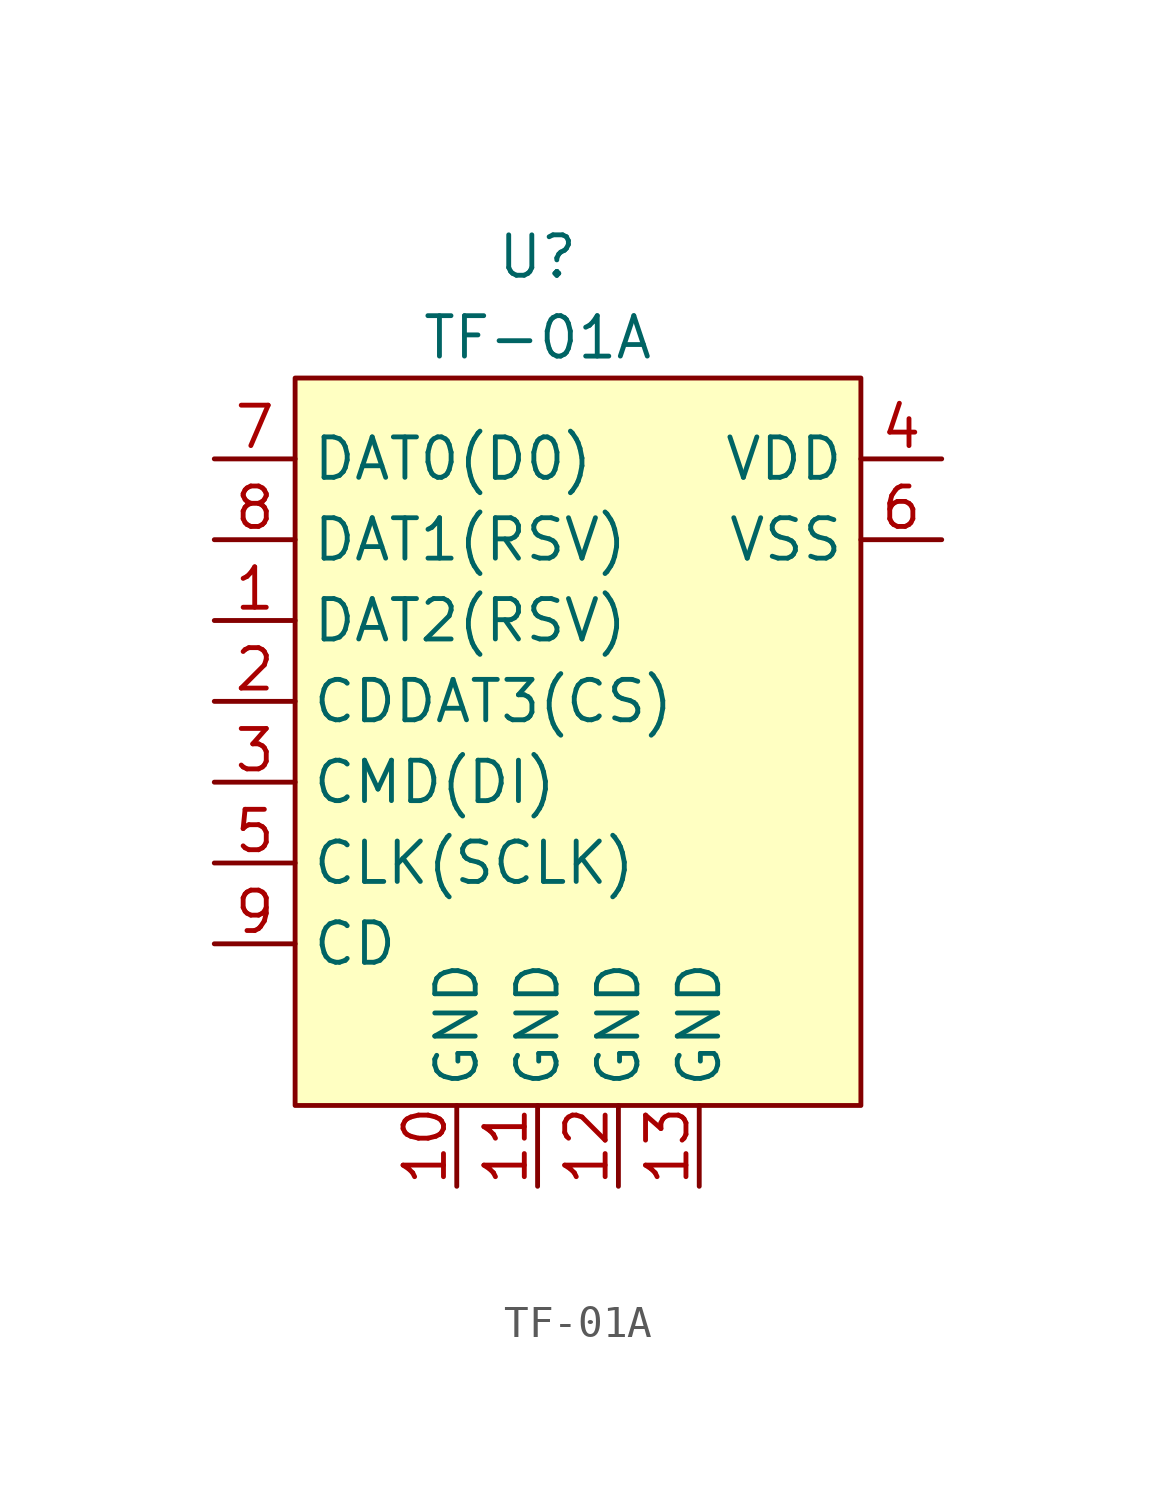
<source format=kicad_sym>
(kicad_symbol_lib
  (version 20211014)
  (generator kicad_symbol_editor)
  (symbol "TF-01A"
    (property "Reference" "U"
      (at 0 5.08 0)
      (effects (font (size 1.27 1.27))))
    (property "Value" "TF-01A"
      (at 0 2.54 0)
      (effects (font (size 1.27 1.27))))
    (symbol "TF-01A_0_1"
      (rectangle (start -7.62 1.27) (end 10.16 -21.59) (stroke (width 0) (type default) (color 0 0 0 0)) (fill (type background))))
    (symbol "TF-01A_1_1"
      (pin input line (at -10.16 -6.35 0) (length 2.54) (name "DAT2(RSV)" (effects (font (size 1.27 1.27)))) (number "1" (effects (font (size 1.27 1.27)))))
      (pin input line (at -2.54 -24.13 90) (length 2.54) (name "GND" (effects (font (size 1.27 1.27)))) (number "10" (effects (font (size 1.27 1.27)))))
      (pin input line (at 0 -24.13 90) (length 2.54) (name "GND" (effects (font (size 1.27 1.27)))) (number "11" (effects (font (size 1.27 1.27)))))
      (pin input line (at 2.54 -24.13 90) (length 2.54) (name "GND" (effects (font (size 1.27 1.27)))) (number "12" (effects (font (size 1.27 1.27)))))
      (pin input line (at 5.08 -24.13 90) (length 2.54) (name "GND" (effects (font (size 1.27 1.27)))) (number "13" (effects (font (size 1.27 1.27)))))
      (pin input line (at -10.16 -8.89 0) (length 2.54) (name "CDDAT3(CS)" (effects (font (size 1.27 1.27)))) (number "2" (effects (font (size 1.27 1.27)))))
      (pin input line (at -10.16 -11.43 0) (length 2.54) (name "CMD(DI)" (effects (font (size 1.27 1.27)))) (number "3" (effects (font (size 1.27 1.27)))))
      (pin input line (at 12.7 -1.27 180) (length 2.54) (name "VDD" (effects (font (size 1.27 1.27)))) (number "4" (effects (font (size 1.27 1.27)))))
      (pin input line (at -10.16 -13.97 0) (length 2.54) (name "CLK(SCLK)" (effects (font (size 1.27 1.27)))) (number "5" (effects (font (size 1.27 1.27)))))
      (pin input line (at 12.7 -3.81 180) (length 2.54) (name "VSS" (effects (font (size 1.27 1.27)))) (number "6" (effects (font (size 1.27 1.27)))))
      (pin output line (at -10.16 -1.27 0) (length 2.54) (name "DAT0(D0)" (effects (font (size 1.27 1.27)))) (number "7" (effects (font (size 1.27 1.27)))))
      (pin input line (at -10.16 -3.81 0) (length 2.54) (name "DAT1(RSV)" (effects (font (size 1.27 1.27)))) (number "8" (effects (font (size 1.27 1.27)))))
      (pin output line (at -10.16 -16.51 0) (length 2.54) (name "CD" (effects (font (size 1.27 1.27)))) (number "9" (effects (font (size 1.27 1.27))))))))
</source>
